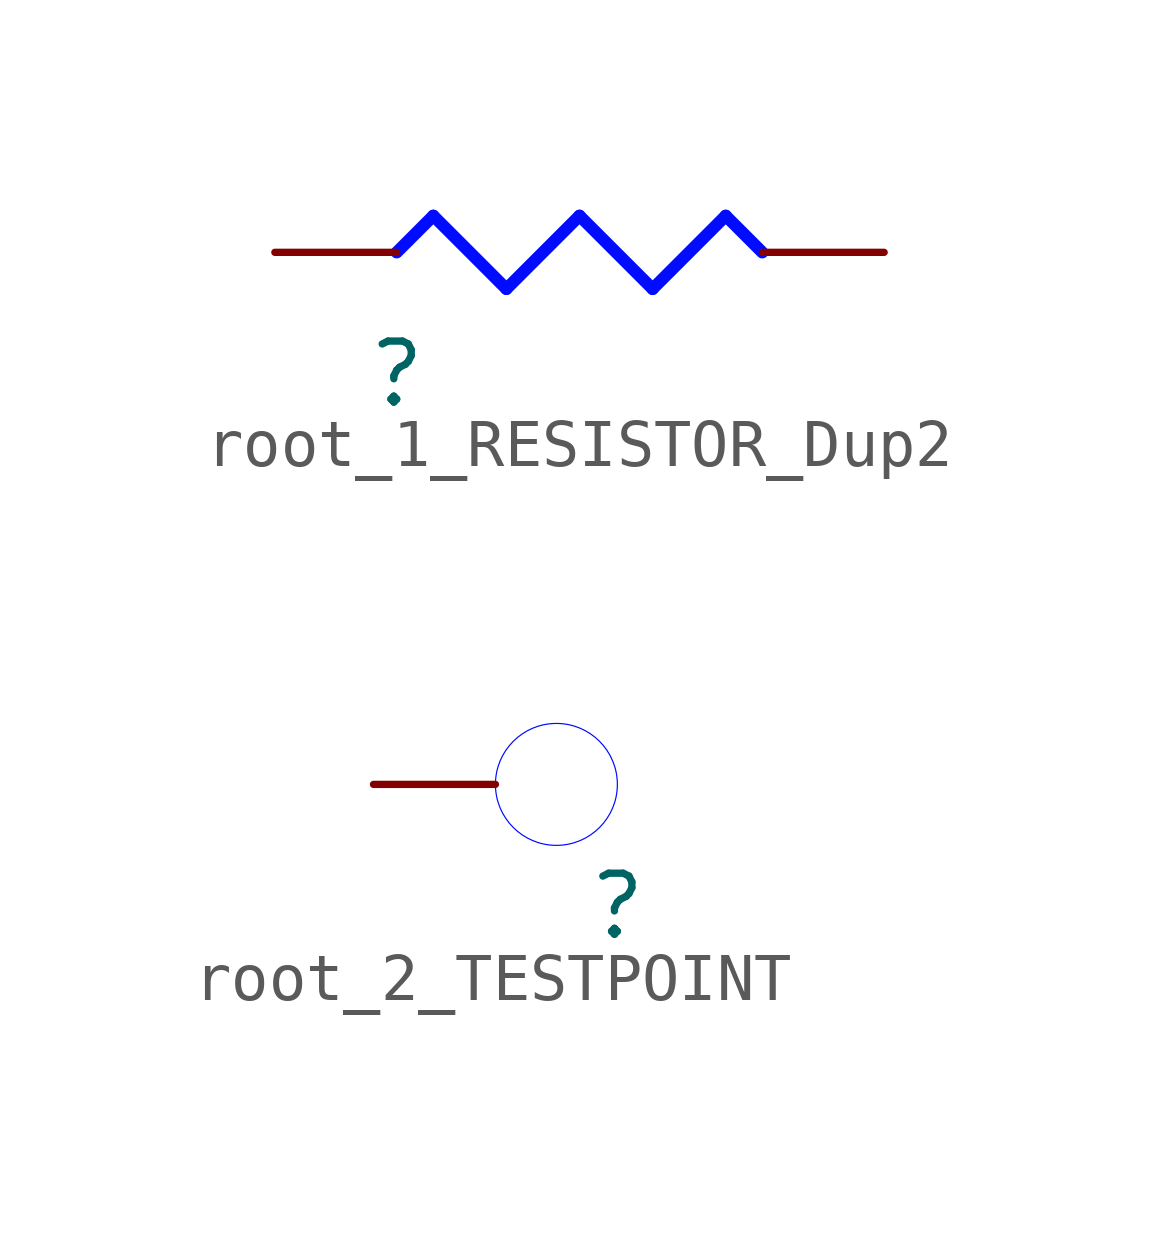
<source format=kicad_sym>
(kicad_symbol_lib
  (version 20231120)
  (generator "kicad_symbol_editor")
  (generator_version "8.0")
  (symbol "root_1_RESISTOR_Dup2"
    (property "Reference" ""
      (at 0 0 0)
      (effects (font (size 1.27 1.27))))
    (property "Value" ""
      (at 0 0 0)
      (effects (font (size 1.27 1.27))))
    (symbol "root_1_RESISTOR_Dup2_1_0"
      (polyline (pts (xy 0 2.54) (xy 0.762 3.302)) (stroke (width 0.254) (type solid) (color 0 11 255 1)) (fill (type none)))
      (polyline (pts (xy 0.762 3.302) (xy 2.286 1.778)) (stroke (width 0.254) (type solid) (color 0 11 255 1)) (fill (type none)))
      (polyline (pts (xy 2.286 1.778) (xy 3.81 3.302)) (stroke (width 0.254) (type solid) (color 0 11 255 1)) (fill (type none)))
      (polyline (pts (xy 3.81 3.302) (xy 5.334 1.778)) (stroke (width 0.254) (type solid) (color 0 11 255 1)) (fill (type none)))
      (polyline (pts (xy 5.334 1.778) (xy 6.858 3.302)) (stroke (width 0.254) (type solid) (color 0 11 255 1)) (fill (type none)))
      (polyline (pts (xy 6.858 3.302) (xy 7.62 2.54)) (stroke (width 0.254) (type solid) (color 0 11 255 1)) (fill (type none)))
      (pin passive line (at -2.54 2.54 0) (length 2.54) (name "1" (effects (font (size 0 0)))) (number "1" (effects (font (size 0 0)))))
      (pin passive line (at 10.16 2.54 180) (length 2.54) (name "2" (effects (font (size 0 0)))) (number "2" (effects (font (size 0 0)))))))
  (symbol "root_2_TESTPOINT"
    (property "Reference" ""
      (at 0 0 0)
      (effects (font (size 1.27 1.27))))
    (property "Value" ""
      (at 0 0 0)
      (effects (font (size 1.27 1.27))))
    (symbol "root_2_TESTPOINT_1_0"
      (circle (center -1.27 2.54) (radius 1.27) (stroke (width 0.025) (type solid) (color 0 11 255 1)) (fill (type none)))
      (pin passive line (at -5.08 2.54 0) (length 2.54) (name "TP" (effects (font (size 0 0)))) (number "1" (effects (font (size 0 0))))))))
</source>
